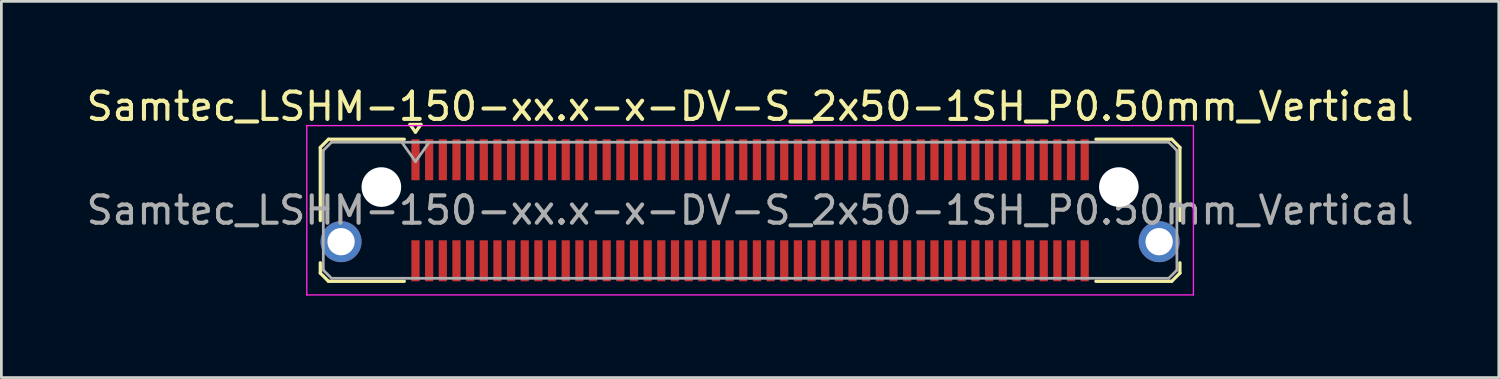
<source format=kicad_pcb>
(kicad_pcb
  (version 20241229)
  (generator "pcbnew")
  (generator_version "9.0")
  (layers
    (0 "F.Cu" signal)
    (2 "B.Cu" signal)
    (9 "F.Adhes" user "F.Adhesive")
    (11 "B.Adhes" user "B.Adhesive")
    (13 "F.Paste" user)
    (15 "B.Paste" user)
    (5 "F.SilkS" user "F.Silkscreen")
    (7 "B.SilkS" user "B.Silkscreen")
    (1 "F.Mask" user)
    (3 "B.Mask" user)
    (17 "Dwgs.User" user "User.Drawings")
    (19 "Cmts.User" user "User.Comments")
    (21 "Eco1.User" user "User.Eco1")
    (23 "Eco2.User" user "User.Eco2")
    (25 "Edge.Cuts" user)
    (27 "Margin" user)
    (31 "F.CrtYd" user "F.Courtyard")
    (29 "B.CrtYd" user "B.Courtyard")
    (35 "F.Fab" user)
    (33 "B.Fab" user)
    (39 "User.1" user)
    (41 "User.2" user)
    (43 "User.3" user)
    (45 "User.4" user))
  (footprint "Samtec_LSHM-150-xx.x-x-DV-S_2x50-1SH_P0.50mm_Vertical"
    (layer "F.Cu")
    (at 24.411 4.648)
    (property "Reference" "Samtec_LSHM-150-xx.x-x-DV-S_2x50-1SH_P0.50mm_Vertical" (at 0 -3.8 0) (layer "F.SilkS") (effects (font (size 1 1) (thickness 0.15))))
    (attr smd)
    (fp_line (start -15.735 -2.3) (end -15.735 0.377) (stroke (width 0.12) (type solid)) (layer "F.SilkS"))
    (fp_line (start -15.735 1.923) (end -15.735 2.3) (stroke (width 0.12) (type solid)) (layer "F.SilkS"))
    (fp_line (start -15.735 2.3) (end -15.435 2.6) (stroke (width 0.12) (type solid)) (layer "F.SilkS"))
    (fp_line (start -15.435 -2.6) (end -15.735 -2.3) (stroke (width 0.12) (type solid)) (layer "F.SilkS"))
    (fp_line (start -15.435 2.6) (end -12.66 2.6) (stroke (width 0.12) (type solid)) (layer "F.SilkS"))
    (fp_line (start -12.66 -2.6) (end -15.435 -2.6) (stroke (width 0.12) (type solid)) (layer "F.SilkS"))
    (fp_line (start -12.45 -3.143) (end -12.05 -3.143) (stroke (width 0.12) (type solid)) (layer "F.SilkS"))
    (fp_line (start -12.25 -2.86) (end -12.45 -3.143) (stroke (width 0.12) (type solid)) (layer "F.SilkS"))
    (fp_line (start -12.05 -3.143) (end -12.25 -2.86) (stroke (width 0.12) (type solid)) (layer "F.SilkS"))
    (fp_line (start 12.66 -2.6) (end 15.435 -2.6) (stroke (width 0.12) (type solid)) (layer "F.SilkS"))
    (fp_line (start 15.435 -2.6) (end 15.735 -2.3) (stroke (width 0.12) (type solid)) (layer "F.SilkS"))
    (fp_line (start 15.435 2.6) (end 12.66 2.6) (stroke (width 0.12) (type solid)) (layer "F.SilkS"))
    (fp_line (start 15.735 -2.3) (end 15.735 0.377) (stroke (width 0.12) (type solid)) (layer "F.SilkS"))
    (fp_line (start 15.735 1.923) (end 15.735 2.3) (stroke (width 0.12) (type solid)) (layer "F.SilkS"))
    (fp_line (start 15.735 2.3) (end 15.435 2.6) (stroke (width 0.12) (type solid)) (layer "F.SilkS"))
    (fp_line (start -16.23 -3.1) (end -16.23 3.1) (stroke (width 0.05) (type solid)) (layer "F.CrtYd"))
    (fp_line (start -16.23 3.1) (end 16.23 3.1) (stroke (width 0.05) (type solid)) (layer "F.CrtYd"))
    (fp_line (start 16.23 -3.1) (end -16.23 -3.1) (stroke (width 0.05) (type solid)) (layer "F.CrtYd"))
    (fp_line (start 16.23 3.1) (end 16.23 -3.1) (stroke (width 0.05) (type solid)) (layer "F.CrtYd"))
    (fp_line (start -15.625 -2.19) (end -15.625 2.19) (stroke (width 0.1) (type solid)) (layer "F.Fab"))
    (fp_line (start -15.625 2.19) (end -15.325 2.49) (stroke (width 0.1) (type solid)) (layer "F.Fab"))
    (fp_line (start -15.325 -2.49) (end -15.625 -2.19) (stroke (width 0.1) (type solid)) (layer "F.Fab"))
    (fp_line (start -15.325 2.49) (end 0 2.49) (stroke (width 0.1) (type solid)) (layer "F.Fab"))
    (fp_line (start -12.75 -2.49) (end -12.25 -1.783) (stroke (width 0.1) (type solid)) (layer "F.Fab"))
    (fp_line (start -12.25 -1.783) (end -11.75 -2.49) (stroke (width 0.1) (type solid)) (layer "F.Fab"))
    (fp_line (start 0 -2.49) (end -15.325 -2.49) (stroke (width 0.1) (type solid)) (layer "F.Fab"))
    (fp_line (start 0 -2.49) (end 15.325 -2.49) (stroke (width 0.1) (type solid)) (layer "F.Fab"))
    (fp_line (start 15.325 -2.49) (end 15.625 -2.19) (stroke (width 0.1) (type solid)) (layer "F.Fab"))
    (fp_line (start 15.325 2.49) (end 0 2.49) (stroke (width 0.1) (type solid)) (layer "F.Fab"))
    (fp_line (start 15.625 -2.19) (end 15.625 2.19) (stroke (width 0.1) (type solid)) (layer "F.Fab"))
    (fp_line (start 15.625 2.19) (end 15.325 2.49) (stroke (width 0.1) (type solid)) (layer "F.Fab"))
    (fp_text user "${REFERENCE}" (at 0 0 0) (layer "F.Fab") (effects (font (size 1 1) (thickness 0.15))))
    (pad "" np_thru_hole circle (at -13.5 -0.85) (size 1.45 1.45) (drill 1.45) (layers "*.Cu" "*.Mask"))
    (pad "" np_thru_hole circle (at 13.5 -0.85) (size 1.45 1.45) (drill 1.45) (layers "*.Cu" "*.Mask"))
    (pad "1" smd rect (at -12.25 -1.85) (size 0.3 1.5) (layers "F.Cu" "F.Mask" "F.Paste"))
    (pad "2" smd rect (at -12.25 1.85) (size 0.3 1.5) (layers "F.Cu" "F.Mask" "F.Paste"))
    (pad "3" smd rect (at -11.75 -1.85) (size 0.3 1.5) (layers "F.Cu" "F.Mask" "F.Paste"))
    (pad "4" smd rect (at -11.75 1.85) (size 0.3 1.5) (layers "F.Cu" "F.Mask" "F.Paste"))
    (pad "5" smd rect (at -11.25 -1.85) (size 0.3 1.5) (layers "F.Cu" "F.Mask" "F.Paste"))
    (pad "6" smd rect (at -11.25 1.85) (size 0.3 1.5) (layers "F.Cu" "F.Mask" "F.Paste"))
    (pad "7" smd rect (at -10.75 -1.85) (size 0.3 1.5) (layers "F.Cu" "F.Mask" "F.Paste"))
    (pad "8" smd rect (at -10.75 1.85) (size 0.3 1.5) (layers "F.Cu" "F.Mask" "F.Paste"))
    (pad "9" smd rect (at -10.25 -1.85) (size 0.3 1.5) (layers "F.Cu" "F.Mask" "F.Paste"))
    (pad "10" smd rect (at -10.25 1.85) (size 0.3 1.5) (layers "F.Cu" "F.Mask" "F.Paste"))
    (pad "11" smd rect (at -9.75 -1.85) (size 0.3 1.5) (layers "F.Cu" "F.Mask" "F.Paste"))
    (pad "12" smd rect (at -9.75 1.85) (size 0.3 1.5) (layers "F.Cu" "F.Mask" "F.Paste"))
    (pad "13" smd rect (at -9.25 -1.85) (size 0.3 1.5) (layers "F.Cu" "F.Mask" "F.Paste"))
    (pad "14" smd rect (at -9.25 1.85) (size 0.3 1.5) (layers "F.Cu" "F.Mask" "F.Paste"))
    (pad "15" smd rect (at -8.75 -1.85) (size 0.3 1.5) (layers "F.Cu" "F.Mask" "F.Paste"))
    (pad "16" smd rect (at -8.75 1.85) (size 0.3 1.5) (layers "F.Cu" "F.Mask" "F.Paste"))
    (pad "17" smd rect (at -8.25 -1.85) (size 0.3 1.5) (layers "F.Cu" "F.Mask" "F.Paste"))
    (pad "18" smd rect (at -8.25 1.85) (size 0.3 1.5) (layers "F.Cu" "F.Mask" "F.Paste"))
    (pad "19" smd rect (at -7.75 -1.85) (size 0.3 1.5) (layers "F.Cu" "F.Mask" "F.Paste"))
    (pad "20" smd rect (at -7.75 1.85) (size 0.3 1.5) (layers "F.Cu" "F.Mask" "F.Paste"))
    (pad "21" smd rect (at -7.25 -1.85) (size 0.3 1.5) (layers "F.Cu" "F.Mask" "F.Paste"))
    (pad "22" smd rect (at -7.25 1.85) (size 0.3 1.5) (layers "F.Cu" "F.Mask" "F.Paste"))
    (pad "23" smd rect (at -6.75 -1.85) (size 0.3 1.5) (layers "F.Cu" "F.Mask" "F.Paste"))
    (pad "24" smd rect (at -6.75 1.85) (size 0.3 1.5) (layers "F.Cu" "F.Mask" "F.Paste"))
    (pad "25" smd rect (at -6.25 -1.85) (size 0.3 1.5) (layers "F.Cu" "F.Mask" "F.Paste"))
    (pad "26" smd rect (at -6.25 1.85) (size 0.3 1.5) (layers "F.Cu" "F.Mask" "F.Paste"))
    (pad "27" smd rect (at -5.75 -1.85) (size 0.3 1.5) (layers "F.Cu" "F.Mask" "F.Paste"))
    (pad "28" smd rect (at -5.75 1.85) (size 0.3 1.5) (layers "F.Cu" "F.Mask" "F.Paste"))
    (pad "29" smd rect (at -5.25 -1.85) (size 0.3 1.5) (layers "F.Cu" "F.Mask" "F.Paste"))
    (pad "30" smd rect (at -5.25 1.85) (size 0.3 1.5) (layers "F.Cu" "F.Mask" "F.Paste"))
    (pad "31" smd rect (at -4.75 -1.85) (size 0.3 1.5) (layers "F.Cu" "F.Mask" "F.Paste"))
    (pad "32" smd rect (at -4.75 1.85) (size 0.3 1.5) (layers "F.Cu" "F.Mask" "F.Paste"))
    (pad "33" smd rect (at -4.25 -1.85) (size 0.3 1.5) (layers "F.Cu" "F.Mask" "F.Paste"))
    (pad "34" smd rect (at -4.25 1.85) (size 0.3 1.5) (layers "F.Cu" "F.Mask" "F.Paste"))
    (pad "35" smd rect (at -3.75 -1.85) (size 0.3 1.5) (layers "F.Cu" "F.Mask" "F.Paste"))
    (pad "36" smd rect (at -3.75 1.85) (size 0.3 1.5) (layers "F.Cu" "F.Mask" "F.Paste"))
    (pad "37" smd rect (at -3.25 -1.85) (size 0.3 1.5) (layers "F.Cu" "F.Mask" "F.Paste"))
    (pad "38" smd rect (at -3.25 1.85) (size 0.3 1.5) (layers "F.Cu" "F.Mask" "F.Paste"))
    (pad "39" smd rect (at -2.75 -1.85) (size 0.3 1.5) (layers "F.Cu" "F.Mask" "F.Paste"))
    (pad "40" smd rect (at -2.75 1.85) (size 0.3 1.5) (layers "F.Cu" "F.Mask" "F.Paste"))
    (pad "41" smd rect (at -2.25 -1.85) (size 0.3 1.5) (layers "F.Cu" "F.Mask" "F.Paste"))
    (pad "42" smd rect (at -2.25 1.85) (size 0.3 1.5) (layers "F.Cu" "F.Mask" "F.Paste"))
    (pad "43" smd rect (at -1.75 -1.85) (size 0.3 1.5) (layers "F.Cu" "F.Mask" "F.Paste"))
    (pad "44" smd rect (at -1.75 1.85) (size 0.3 1.5) (layers "F.Cu" "F.Mask" "F.Paste"))
    (pad "45" smd rect (at -1.25 -1.85) (size 0.3 1.5) (layers "F.Cu" "F.Mask" "F.Paste"))
    (pad "46" smd rect (at -1.25 1.85) (size 0.3 1.5) (layers "F.Cu" "F.Mask" "F.Paste"))
    (pad "47" smd rect (at -0.75 -1.85) (size 0.3 1.5) (layers "F.Cu" "F.Mask" "F.Paste"))
    (pad "48" smd rect (at -0.75 1.85) (size 0.3 1.5) (layers "F.Cu" "F.Mask" "F.Paste"))
    (pad "49" smd rect (at -0.25 -1.85) (size 0.3 1.5) (layers "F.Cu" "F.Mask" "F.Paste"))
    (pad "50" smd rect (at -0.25 1.85) (size 0.3 1.5) (layers "F.Cu" "F.Mask" "F.Paste"))
    (pad "51" smd rect (at 0.25 -1.85) (size 0.3 1.5) (layers "F.Cu" "F.Mask" "F.Paste"))
    (pad "52" smd rect (at 0.25 1.85) (size 0.3 1.5) (layers "F.Cu" "F.Mask" "F.Paste"))
    (pad "53" smd rect (at 0.75 -1.85) (size 0.3 1.5) (layers "F.Cu" "F.Mask" "F.Paste"))
    (pad "54" smd rect (at 0.75 1.85) (size 0.3 1.5) (layers "F.Cu" "F.Mask" "F.Paste"))
    (pad "55" smd rect (at 1.25 -1.85) (size 0.3 1.5) (layers "F.Cu" "F.Mask" "F.Paste"))
    (pad "56" smd rect (at 1.25 1.85) (size 0.3 1.5) (layers "F.Cu" "F.Mask" "F.Paste"))
    (pad "57" smd rect (at 1.75 -1.85) (size 0.3 1.5) (layers "F.Cu" "F.Mask" "F.Paste"))
    (pad "58" smd rect (at 1.75 1.85) (size 0.3 1.5) (layers "F.Cu" "F.Mask" "F.Paste"))
    (pad "59" smd rect (at 2.25 -1.85) (size 0.3 1.5) (layers "F.Cu" "F.Mask" "F.Paste"))
    (pad "60" smd rect (at 2.25 1.85) (size 0.3 1.5) (layers "F.Cu" "F.Mask" "F.Paste"))
    (pad "61" smd rect (at 2.75 -1.85) (size 0.3 1.5) (layers "F.Cu" "F.Mask" "F.Paste"))
    (pad "62" smd rect (at 2.75 1.85) (size 0.3 1.5) (layers "F.Cu" "F.Mask" "F.Paste"))
    (pad "63" smd rect (at 3.25 -1.85) (size 0.3 1.5) (layers "F.Cu" "F.Mask" "F.Paste"))
    (pad "64" smd rect (at 3.25 1.85) (size 0.3 1.5) (layers "F.Cu" "F.Mask" "F.Paste"))
    (pad "65" smd rect (at 3.75 -1.85) (size 0.3 1.5) (layers "F.Cu" "F.Mask" "F.Paste"))
    (pad "66" smd rect (at 3.75 1.85) (size 0.3 1.5) (layers "F.Cu" "F.Mask" "F.Paste"))
    (pad "67" smd rect (at 4.25 -1.85) (size 0.3 1.5) (layers "F.Cu" "F.Mask" "F.Paste"))
    (pad "68" smd rect (at 4.25 1.85) (size 0.3 1.5) (layers "F.Cu" "F.Mask" "F.Paste"))
    (pad "69" smd rect (at 4.75 -1.85) (size 0.3 1.5) (layers "F.Cu" "F.Mask" "F.Paste"))
    (pad "70" smd rect (at 4.75 1.85) (size 0.3 1.5) (layers "F.Cu" "F.Mask" "F.Paste"))
    (pad "71" smd rect (at 5.25 -1.85) (size 0.3 1.5) (layers "F.Cu" "F.Mask" "F.Paste"))
    (pad "72" smd rect (at 5.25 1.85) (size 0.3 1.5) (layers "F.Cu" "F.Mask" "F.Paste"))
    (pad "73" smd rect (at 5.75 -1.85) (size 0.3 1.5) (layers "F.Cu" "F.Mask" "F.Paste"))
    (pad "74" smd rect (at 5.75 1.85) (size 0.3 1.5) (layers "F.Cu" "F.Mask" "F.Paste"))
    (pad "75" smd rect (at 6.25 -1.85) (size 0.3 1.5) (layers "F.Cu" "F.Mask" "F.Paste"))
    (pad "76" smd rect (at 6.25 1.85) (size 0.3 1.5) (layers "F.Cu" "F.Mask" "F.Paste"))
    (pad "77" smd rect (at 6.75 -1.85) (size 0.3 1.5) (layers "F.Cu" "F.Mask" "F.Paste"))
    (pad "78" smd rect (at 6.75 1.85) (size 0.3 1.5) (layers "F.Cu" "F.Mask" "F.Paste"))
    (pad "79" smd rect (at 7.25 -1.85) (size 0.3 1.5) (layers "F.Cu" "F.Mask" "F.Paste"))
    (pad "80" smd rect (at 7.25 1.85) (size 0.3 1.5) (layers "F.Cu" "F.Mask" "F.Paste"))
    (pad "81" smd rect (at 7.75 -1.85) (size 0.3 1.5) (layers "F.Cu" "F.Mask" "F.Paste"))
    (pad "82" smd rect (at 7.75 1.85) (size 0.3 1.5) (layers "F.Cu" "F.Mask" "F.Paste"))
    (pad "83" smd rect (at 8.25 -1.85) (size 0.3 1.5) (layers "F.Cu" "F.Mask" "F.Paste"))
    (pad "84" smd rect (at 8.25 1.85) (size 0.3 1.5) (layers "F.Cu" "F.Mask" "F.Paste"))
    (pad "85" smd rect (at 8.75 -1.85) (size 0.3 1.5) (layers "F.Cu" "F.Mask" "F.Paste"))
    (pad "86" smd rect (at 8.75 1.85) (size 0.3 1.5) (layers "F.Cu" "F.Mask" "F.Paste"))
    (pad "87" smd rect (at 9.25 -1.85) (size 0.3 1.5) (layers "F.Cu" "F.Mask" "F.Paste"))
    (pad "88" smd rect (at 9.25 1.85) (size 0.3 1.5) (layers "F.Cu" "F.Mask" "F.Paste"))
    (pad "89" smd rect (at 9.75 -1.85) (size 0.3 1.5) (layers "F.Cu" "F.Mask" "F.Paste"))
    (pad "90" smd rect (at 9.75 1.85) (size 0.3 1.5) (layers "F.Cu" "F.Mask" "F.Paste"))
    (pad "91" smd rect (at 10.25 -1.85) (size 0.3 1.5) (layers "F.Cu" "F.Mask" "F.Paste"))
    (pad "92" smd rect (at 10.25 1.85) (size 0.3 1.5) (layers "F.Cu" "F.Mask" "F.Paste"))
    (pad "93" smd rect (at 10.75 -1.85) (size 0.3 1.5) (layers "F.Cu" "F.Mask" "F.Paste"))
    (pad "94" smd rect (at 10.75 1.85) (size 0.3 1.5) (layers "F.Cu" "F.Mask" "F.Paste"))
    (pad "95" smd rect (at 11.25 -1.85) (size 0.3 1.5) (layers "F.Cu" "F.Mask" "F.Paste"))
    (pad "96" smd rect (at 11.25 1.85) (size 0.3 1.5) (layers "F.Cu" "F.Mask" "F.Paste"))
    (pad "97" smd rect (at 11.75 -1.85) (size 0.3 1.5) (layers "F.Cu" "F.Mask" "F.Paste"))
    (pad "98" smd rect (at 11.75 1.85) (size 0.3 1.5) (layers "F.Cu" "F.Mask" "F.Paste"))
    (pad "99" smd rect (at 12.25 -1.85) (size 0.3 1.5) (layers "F.Cu" "F.Mask" "F.Paste"))
    (pad "100" smd rect (at 12.25 1.85) (size 0.3 1.5) (layers "F.Cu" "F.Mask" "F.Paste"))
    (pad "SH" thru_hole circle (at -14.975 1.15) (size 1.5 1.5) (drill 1) (layers "*.Cu" "*.Mask"))
    (pad "SH" thru_hole circle (at 14.975 1.15) (size 1.5 1.5) (drill 1) (layers "*.Cu" "*.Mask")))
  (gr_rect
    (start -3 -3)
    (end 51.821 10.773)
    (stroke (width 0.1) (type default))
    (fill no)
    (layer "Edge.Cuts")))
</source>
